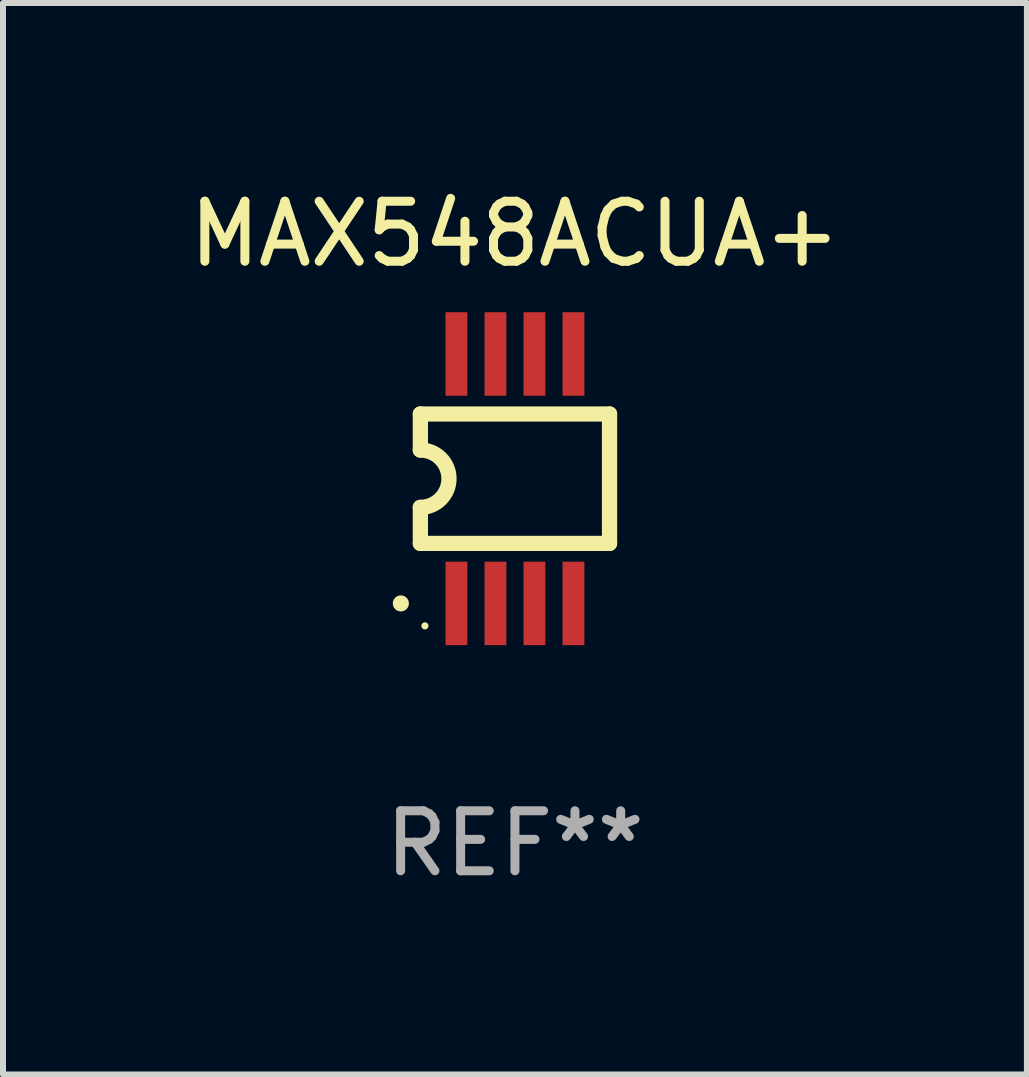
<source format=kicad_pcb>
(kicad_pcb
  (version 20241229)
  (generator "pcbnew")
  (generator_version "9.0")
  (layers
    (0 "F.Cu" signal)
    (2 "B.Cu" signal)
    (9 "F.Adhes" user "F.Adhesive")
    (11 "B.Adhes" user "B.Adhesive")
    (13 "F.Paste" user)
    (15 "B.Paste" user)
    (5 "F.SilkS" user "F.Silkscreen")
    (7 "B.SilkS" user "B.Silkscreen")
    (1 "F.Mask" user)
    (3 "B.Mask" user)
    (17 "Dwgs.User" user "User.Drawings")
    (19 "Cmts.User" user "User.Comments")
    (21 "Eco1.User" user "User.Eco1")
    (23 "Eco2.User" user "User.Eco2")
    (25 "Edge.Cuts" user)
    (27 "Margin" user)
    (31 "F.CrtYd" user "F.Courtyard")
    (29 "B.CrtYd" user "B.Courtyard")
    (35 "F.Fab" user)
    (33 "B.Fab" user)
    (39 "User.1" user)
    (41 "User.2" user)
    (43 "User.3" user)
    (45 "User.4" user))
  (footprint "MAX548ACUA+"
    (layer "F.Cu")
    (at 5.53 4.926)
    (property "Reference" "MAX548ACUA+" (at 0 -4.078 0) (layer "F.SilkS") (effects (font (size 1 1) (thickness 0.15))))
    (attr through_hole)
    (fp_line (start -1.576 -1.078) (end -1.576 -0.478) (stroke (width 0.254) (type solid)) (layer "F.SilkS"))
    (fp_line (start -1.576 -1.078) (end 1.576 -1.078) (stroke (width 0.254) (type solid)) (layer "F.SilkS"))
    (fp_line (start -1.576 1.078) (end -1.576 0.478) (stroke (width 0.254) (type solid)) (layer "F.SilkS"))
    (fp_line (start 1.576 -1.078) (end 1.576 1.078) (stroke (width 0.254) (type solid)) (layer "F.SilkS"))
    (fp_line (start 1.576 1.078) (end -1.576 1.078) (stroke (width 0.254) (type solid)) (layer "F.SilkS"))
    (fp_arc (start -1.577343 -0.47752) (mid -1.099721 -0.000481) (end -1.5762 0.477699) (stroke (width 0.254001) (type solid)) (layer "F.SilkS"))
    (fp_circle (center -1.901 2.078) (end -1.834 2.078) (stroke (width 0.134) (type solid)) (fill no) (layer "F.SilkS"))
    (fp_circle (center -1.5 2.452) (end -1.47 2.452) (stroke (width 0.06) (type solid)) (fill no) (layer "F.SilkS"))
    (fp_text user "REF**" (at 0 6.078 0) (layer "F.Fab") (effects (font (size 1 1) (thickness 0.15))))
    (pad "1" smd rect (at -0.975 2.078) (size 0.364 1.391) (layers "F.Cu" "F.Mask" "F.Paste"))
    (pad "2" smd rect (at -0.325 2.078) (size 0.364 1.391) (layers "F.Cu" "F.Mask" "F.Paste"))
    (pad "3" smd rect (at 0.325 2.078) (size 0.364 1.391) (layers "F.Cu" "F.Mask" "F.Paste"))
    (pad "4" smd rect (at 0.975 2.078) (size 0.364 1.391) (layers "F.Cu" "F.Mask" "F.Paste"))
    (pad "5" smd rect (at 0.975 -2.078) (size 0.364 1.391) (layers "F.Cu" "F.Mask" "F.Paste"))
    (pad "6" smd rect (at 0.325 -2.078) (size 0.364 1.391) (layers "F.Cu" "F.Mask" "F.Paste"))
    (pad "7" smd rect (at -0.325 -2.078) (size 0.364 1.391) (layers "F.Cu" "F.Mask" "F.Paste"))
    (pad "8" smd rect (at -0.975 -2.078) (size 0.364 1.391) (layers "F.Cu" "F.Mask" "F.Paste")))
  (gr_rect
    (start -3 -3)
    (end 14.06 14.852)
    (stroke (width 0.1) (type default))
    (fill no)
    (layer "Edge.Cuts")))
</source>
